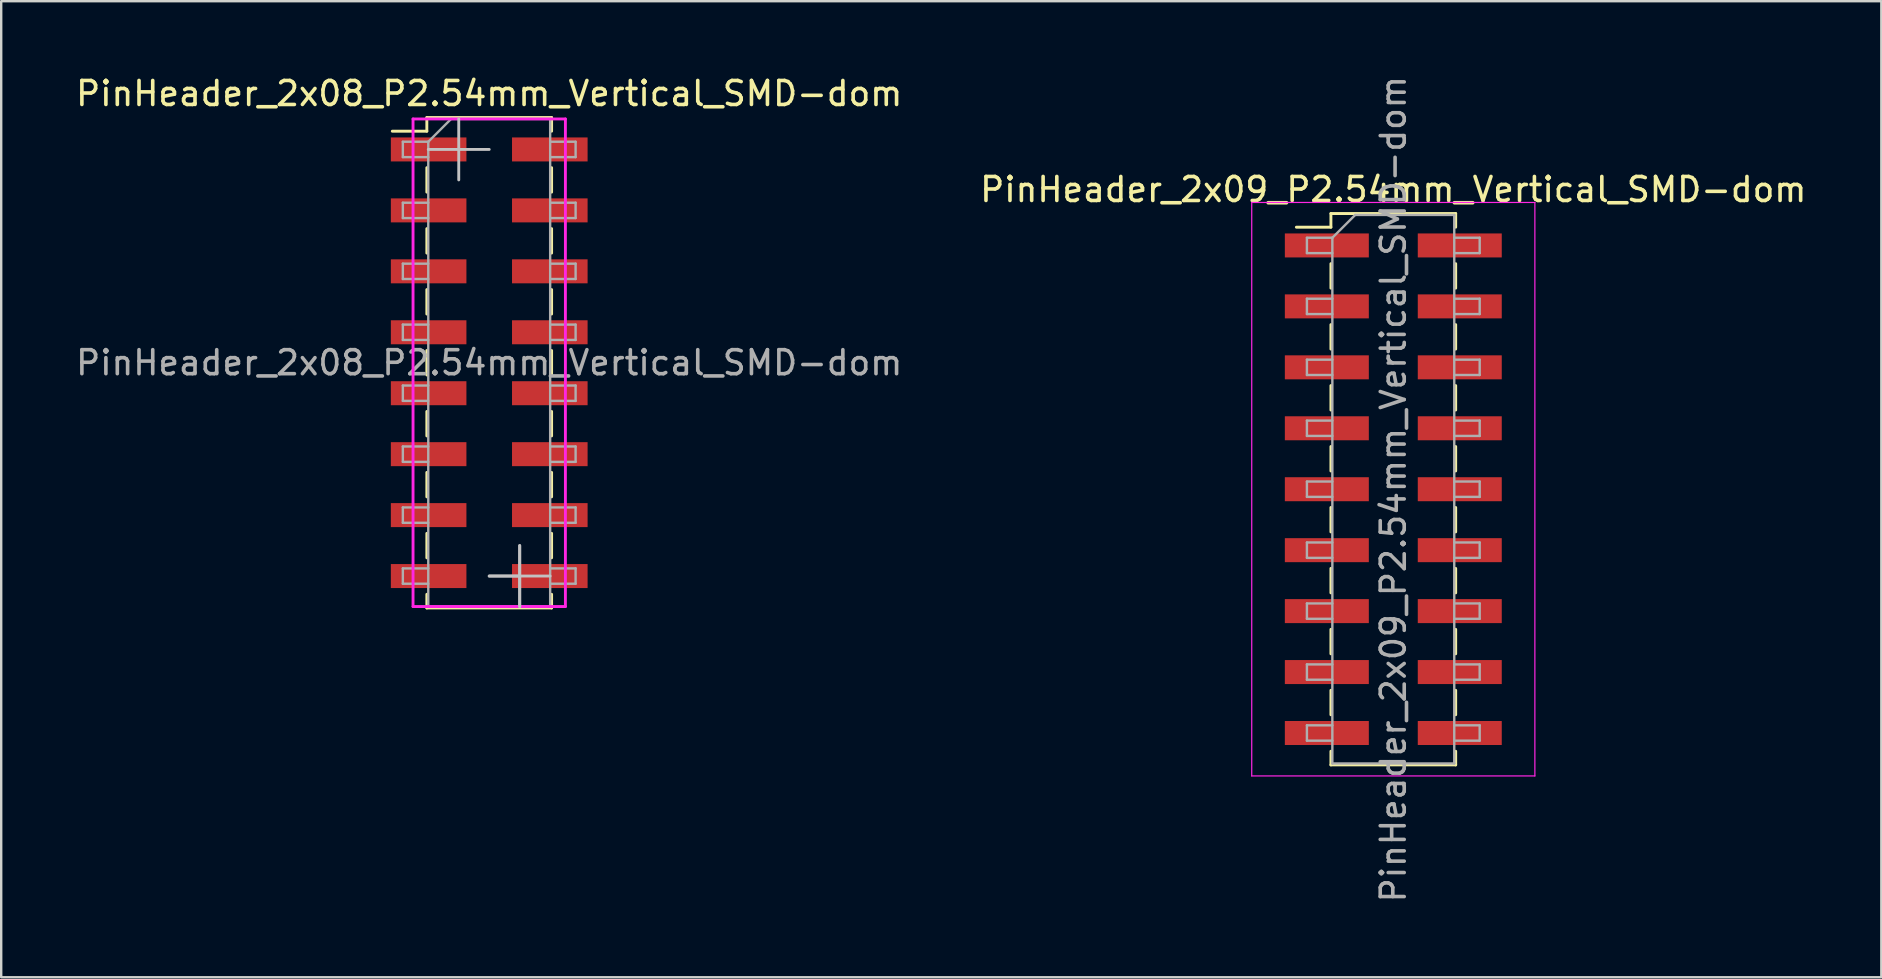
<source format=kicad_pcb>
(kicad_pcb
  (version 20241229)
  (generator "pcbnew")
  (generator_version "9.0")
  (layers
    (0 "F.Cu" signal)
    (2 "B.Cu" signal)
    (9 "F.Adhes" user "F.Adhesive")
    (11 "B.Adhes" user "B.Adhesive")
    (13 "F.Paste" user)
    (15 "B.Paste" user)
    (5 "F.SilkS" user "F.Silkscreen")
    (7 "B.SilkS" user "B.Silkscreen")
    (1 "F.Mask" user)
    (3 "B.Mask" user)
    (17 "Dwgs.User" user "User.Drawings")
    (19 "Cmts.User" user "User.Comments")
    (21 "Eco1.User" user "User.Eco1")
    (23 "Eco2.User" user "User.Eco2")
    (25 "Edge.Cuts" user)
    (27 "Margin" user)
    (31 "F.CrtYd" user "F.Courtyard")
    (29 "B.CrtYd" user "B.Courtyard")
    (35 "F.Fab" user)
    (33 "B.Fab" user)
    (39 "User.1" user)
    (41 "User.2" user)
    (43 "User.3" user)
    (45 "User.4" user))
  (footprint "PinHeader_2x09_P2.54mm_Vertical_SMD-dom"
    (layer "F.Cu")
    (at 55.018 17.339)
    (property "Reference" "PinHeader_2x09_P2.54mm_Vertical_SMD-dom" (at 0 -12.49 0) (layer "F.SilkS") (effects (font (size 1 1) (thickness 0.15))))
    (attr smd)
    (fp_line (start -4.04 -10.92) (end -2.6 -10.92) (stroke (width 0.12) (type solid)) (layer "F.SilkS"))
    (fp_line (start -2.6 -11.49) (end -2.6 -10.92) (stroke (width 0.12) (type solid)) (layer "F.SilkS"))
    (fp_line (start -2.6 -11.49) (end 2.6 -11.49) (stroke (width 0.12) (type solid)) (layer "F.SilkS"))
    (fp_line (start -2.6 -9.4) (end -2.6 -8.38) (stroke (width 0.12) (type solid)) (layer "F.SilkS"))
    (fp_line (start -2.6 -6.86) (end -2.6 -5.84) (stroke (width 0.12) (type solid)) (layer "F.SilkS"))
    (fp_line (start -2.6 -4.32) (end -2.6 -3.3) (stroke (width 0.12) (type solid)) (layer "F.SilkS"))
    (fp_line (start -2.6 -1.78) (end -2.6 -0.76) (stroke (width 0.12) (type solid)) (layer "F.SilkS"))
    (fp_line (start -2.6 0.76) (end -2.6 1.78) (stroke (width 0.12) (type solid)) (layer "F.SilkS"))
    (fp_line (start -2.6 3.3) (end -2.6 4.32) (stroke (width 0.12) (type solid)) (layer "F.SilkS"))
    (fp_line (start -2.6 5.84) (end -2.6 6.86) (stroke (width 0.12) (type solid)) (layer "F.SilkS"))
    (fp_line (start -2.6 8.38) (end -2.6 9.4) (stroke (width 0.12) (type solid)) (layer "F.SilkS"))
    (fp_line (start -2.6 10.92) (end -2.6 11.49) (stroke (width 0.12) (type solid)) (layer "F.SilkS"))
    (fp_line (start -2.6 11.49) (end 2.6 11.49) (stroke (width 0.12) (type solid)) (layer "F.SilkS"))
    (fp_line (start 2.6 -11.49) (end 2.6 -10.92) (stroke (width 0.12) (type solid)) (layer "F.SilkS"))
    (fp_line (start 2.6 -9.4) (end 2.6 -8.38) (stroke (width 0.12) (type solid)) (layer "F.SilkS"))
    (fp_line (start 2.6 -6.86) (end 2.6 -5.84) (stroke (width 0.12) (type solid)) (layer "F.SilkS"))
    (fp_line (start 2.6 -4.32) (end 2.6 -3.3) (stroke (width 0.12) (type solid)) (layer "F.SilkS"))
    (fp_line (start 2.6 -1.78) (end 2.6 -0.76) (stroke (width 0.12) (type solid)) (layer "F.SilkS"))
    (fp_line (start 2.6 0.76) (end 2.6 1.78) (stroke (width 0.12) (type solid)) (layer "F.SilkS"))
    (fp_line (start 2.6 3.3) (end 2.6 4.32) (stroke (width 0.12) (type solid)) (layer "F.SilkS"))
    (fp_line (start 2.6 5.84) (end 2.6 6.86) (stroke (width 0.12) (type solid)) (layer "F.SilkS"))
    (fp_line (start 2.6 8.38) (end 2.6 9.4) (stroke (width 0.12) (type solid)) (layer "F.SilkS"))
    (fp_line (start 2.6 10.92) (end 2.6 11.49) (stroke (width 0.12) (type solid)) (layer "F.SilkS"))
    (fp_line (start -5.9 -11.95) (end -5.9 11.95) (stroke (width 0.05) (type solid)) (layer "F.CrtYd"))
    (fp_line (start -5.9 11.95) (end 5.9 11.95) (stroke (width 0.05) (type solid)) (layer "F.CrtYd"))
    (fp_line (start 5.9 -11.95) (end -5.9 -11.95) (stroke (width 0.05) (type solid)) (layer "F.CrtYd"))
    (fp_line (start 5.9 11.95) (end 5.9 -11.95) (stroke (width 0.05) (type solid)) (layer "F.CrtYd"))
    (fp_line (start -3.6 -10.48) (end -3.6 -9.84) (stroke (width 0.1) (type solid)) (layer "F.Fab"))
    (fp_line (start -3.6 -9.84) (end -2.54 -9.84) (stroke (width 0.1) (type solid)) (layer "F.Fab"))
    (fp_line (start -3.6 -7.94) (end -3.6 -7.3) (stroke (width 0.1) (type solid)) (layer "F.Fab"))
    (fp_line (start -3.6 -7.3) (end -2.54 -7.3) (stroke (width 0.1) (type solid)) (layer "F.Fab"))
    (fp_line (start -3.6 -5.4) (end -3.6 -4.76) (stroke (width 0.1) (type solid)) (layer "F.Fab"))
    (fp_line (start -3.6 -4.76) (end -2.54 -4.76) (stroke (width 0.1) (type solid)) (layer "F.Fab"))
    (fp_line (start -3.6 -2.86) (end -3.6 -2.22) (stroke (width 0.1) (type solid)) (layer "F.Fab"))
    (fp_line (start -3.6 -2.22) (end -2.54 -2.22) (stroke (width 0.1) (type solid)) (layer "F.Fab"))
    (fp_line (start -3.6 -0.32) (end -3.6 0.32) (stroke (width 0.1) (type solid)) (layer "F.Fab"))
    (fp_line (start -3.6 0.32) (end -2.54 0.32) (stroke (width 0.1) (type solid)) (layer "F.Fab"))
    (fp_line (start -3.6 2.22) (end -3.6 2.86) (stroke (width 0.1) (type solid)) (layer "F.Fab"))
    (fp_line (start -3.6 2.86) (end -2.54 2.86) (stroke (width 0.1) (type solid)) (layer "F.Fab"))
    (fp_line (start -3.6 4.76) (end -3.6 5.4) (stroke (width 0.1) (type solid)) (layer "F.Fab"))
    (fp_line (start -3.6 5.4) (end -2.54 5.4) (stroke (width 0.1) (type solid)) (layer "F.Fab"))
    (fp_line (start -3.6 7.3) (end -3.6 7.94) (stroke (width 0.1) (type solid)) (layer "F.Fab"))
    (fp_line (start -3.6 7.94) (end -2.54 7.94) (stroke (width 0.1) (type solid)) (layer "F.Fab"))
    (fp_line (start -3.6 9.84) (end -3.6 10.48) (stroke (width 0.1) (type solid)) (layer "F.Fab"))
    (fp_line (start -3.6 10.48) (end -2.54 10.48) (stroke (width 0.1) (type solid)) (layer "F.Fab"))
    (fp_line (start -2.54 -10.48) (end -3.6 -10.48) (stroke (width 0.1) (type solid)) (layer "F.Fab"))
    (fp_line (start -2.54 -10.48) (end -1.59 -11.43) (stroke (width 0.1) (type solid)) (layer "F.Fab"))
    (fp_line (start -2.54 -7.94) (end -3.6 -7.94) (stroke (width 0.1) (type solid)) (layer "F.Fab"))
    (fp_line (start -2.54 -5.4) (end -3.6 -5.4) (stroke (width 0.1) (type solid)) (layer "F.Fab"))
    (fp_line (start -2.54 -2.86) (end -3.6 -2.86) (stroke (width 0.1) (type solid)) (layer "F.Fab"))
    (fp_line (start -2.54 -0.32) (end -3.6 -0.32) (stroke (width 0.1) (type solid)) (layer "F.Fab"))
    (fp_line (start -2.54 2.22) (end -3.6 2.22) (stroke (width 0.1) (type solid)) (layer "F.Fab"))
    (fp_line (start -2.54 4.76) (end -3.6 4.76) (stroke (width 0.1) (type solid)) (layer "F.Fab"))
    (fp_line (start -2.54 7.3) (end -3.6 7.3) (stroke (width 0.1) (type solid)) (layer "F.Fab"))
    (fp_line (start -2.54 9.84) (end -3.6 9.84) (stroke (width 0.1) (type solid)) (layer "F.Fab"))
    (fp_line (start -2.54 11.43) (end -2.54 -10.48) (stroke (width 0.1) (type solid)) (layer "F.Fab"))
    (fp_line (start -1.59 -11.43) (end 2.54 -11.43) (stroke (width 0.1) (type solid)) (layer "F.Fab"))
    (fp_line (start 2.54 -11.43) (end 2.54 11.43) (stroke (width 0.1) (type solid)) (layer "F.Fab"))
    (fp_line (start 2.54 -10.48) (end 3.6 -10.48) (stroke (width 0.1) (type solid)) (layer "F.Fab"))
    (fp_line (start 2.54 -7.94) (end 3.6 -7.94) (stroke (width 0.1) (type solid)) (layer "F.Fab"))
    (fp_line (start 2.54 -5.4) (end 3.6 -5.4) (stroke (width 0.1) (type solid)) (layer "F.Fab"))
    (fp_line (start 2.54 -2.86) (end 3.6 -2.86) (stroke (width 0.1) (type solid)) (layer "F.Fab"))
    (fp_line (start 2.54 -0.32) (end 3.6 -0.32) (stroke (width 0.1) (type solid)) (layer "F.Fab"))
    (fp_line (start 2.54 2.22) (end 3.6 2.22) (stroke (width 0.1) (type solid)) (layer "F.Fab"))
    (fp_line (start 2.54 4.76) (end 3.6 4.76) (stroke (width 0.1) (type solid)) (layer "F.Fab"))
    (fp_line (start 2.54 7.3) (end 3.6 7.3) (stroke (width 0.1) (type solid)) (layer "F.Fab"))
    (fp_line (start 2.54 9.84) (end 3.6 9.84) (stroke (width 0.1) (type solid)) (layer "F.Fab"))
    (fp_line (start 2.54 11.43) (end -2.54 11.43) (stroke (width 0.1) (type solid)) (layer "F.Fab"))
    (fp_line (start 3.6 -10.48) (end 3.6 -9.84) (stroke (width 0.1) (type solid)) (layer "F.Fab"))
    (fp_line (start 3.6 -9.84) (end 2.54 -9.84) (stroke (width 0.1) (type solid)) (layer "F.Fab"))
    (fp_line (start 3.6 -7.94) (end 3.6 -7.3) (stroke (width 0.1) (type solid)) (layer "F.Fab"))
    (fp_line (start 3.6 -7.3) (end 2.54 -7.3) (stroke (width 0.1) (type solid)) (layer "F.Fab"))
    (fp_line (start 3.6 -5.4) (end 3.6 -4.76) (stroke (width 0.1) (type solid)) (layer "F.Fab"))
    (fp_line (start 3.6 -4.76) (end 2.54 -4.76) (stroke (width 0.1) (type solid)) (layer "F.Fab"))
    (fp_line (start 3.6 -2.86) (end 3.6 -2.22) (stroke (width 0.1) (type solid)) (layer "F.Fab"))
    (fp_line (start 3.6 -2.22) (end 2.54 -2.22) (stroke (width 0.1) (type solid)) (layer "F.Fab"))
    (fp_line (start 3.6 -0.32) (end 3.6 0.32) (stroke (width 0.1) (type solid)) (layer "F.Fab"))
    (fp_line (start 3.6 0.32) (end 2.54 0.32) (stroke (width 0.1) (type solid)) (layer "F.Fab"))
    (fp_line (start 3.6 2.22) (end 3.6 2.86) (stroke (width 0.1) (type solid)) (layer "F.Fab"))
    (fp_line (start 3.6 2.86) (end 2.54 2.86) (stroke (width 0.1) (type solid)) (layer "F.Fab"))
    (fp_line (start 3.6 4.76) (end 3.6 5.4) (stroke (width 0.1) (type solid)) (layer "F.Fab"))
    (fp_line (start 3.6 5.4) (end 2.54 5.4) (stroke (width 0.1) (type solid)) (layer "F.Fab"))
    (fp_line (start 3.6 7.3) (end 3.6 7.94) (stroke (width 0.1) (type solid)) (layer "F.Fab"))
    (fp_line (start 3.6 7.94) (end 2.54 7.94) (stroke (width 0.1) (type solid)) (layer "F.Fab"))
    (fp_line (start 3.6 9.84) (end 3.6 10.48) (stroke (width 0.1) (type solid)) (layer "F.Fab"))
    (fp_line (start 3.6 10.48) (end 2.54 10.48) (stroke (width 0.1) (type solid)) (layer "F.Fab"))
    (fp_text user "${REFERENCE}" (at 0 0 90) (layer "F.Fab") (effects (font (size 1 1) (thickness 0.15))))
    (pad "1" smd rect (at -2.77 -10.16) (size 3.5 1) (layers "F.Cu" "F.Mask" "F.Paste"))
    (pad "2" smd rect (at 2.77 -10.16) (size 3.5 1) (layers "F.Cu" "F.Mask" "F.Paste"))
    (pad "3" smd rect (at -2.77 -7.62) (size 3.5 1) (layers "F.Cu" "F.Mask" "F.Paste"))
    (pad "4" smd rect (at 2.77 -7.62) (size 3.5 1) (layers "F.Cu" "F.Mask" "F.Paste"))
    (pad "5" smd rect (at -2.77 -5.08) (size 3.5 1) (layers "F.Cu" "F.Mask" "F.Paste"))
    (pad "6" smd rect (at 2.77 -5.08) (size 3.5 1) (layers "F.Cu" "F.Mask" "F.Paste"))
    (pad "7" smd rect (at -2.77 -2.54) (size 3.5 1) (layers "F.Cu" "F.Mask" "F.Paste"))
    (pad "8" smd rect (at 2.77 -2.54) (size 3.5 1) (layers "F.Cu" "F.Mask" "F.Paste"))
    (pad "9" smd rect (at -2.77 0) (size 3.5 1) (layers "F.Cu" "F.Mask" "F.Paste"))
    (pad "10" smd rect (at 2.77 0) (size 3.5 1) (layers "F.Cu" "F.Mask" "F.Paste"))
    (pad "11" smd rect (at -2.77 2.54) (size 3.5 1) (layers "F.Cu" "F.Mask" "F.Paste"))
    (pad "12" smd rect (at 2.77 2.54) (size 3.5 1) (layers "F.Cu" "F.Mask" "F.Paste"))
    (pad "13" smd rect (at -2.77 5.08) (size 3.5 1) (layers "F.Cu" "F.Mask" "F.Paste"))
    (pad "14" smd rect (at 2.77 5.08) (size 3.5 1) (layers "F.Cu" "F.Mask" "F.Paste"))
    (pad "15" smd rect (at -2.77 7.62) (size 3.5 1) (layers "F.Cu" "F.Mask" "F.Paste"))
    (pad "16" smd rect (at 2.77 7.62) (size 3.5 1) (layers "F.Cu" "F.Mask" "F.Paste"))
    (pad "17" smd rect (at -2.77 10.16) (size 3.5 1) (layers "F.Cu" "F.Mask" "F.Paste"))
    (pad "18" smd rect (at 2.77 10.16) (size 3.5 1) (layers "F.Cu" "F.Mask" "F.Paste")))
  (footprint "PinHeader_2x08_P2.54mm_Vertical_SMD-dom"
    (layer "F.Cu")
    (at 17.339 12.068)
    (property "Reference" "PinHeader_2x08_P2.54mm_Vertical_SMD-dom" (at 0 -11.22 0) (layer "F.SilkS") (effects (font (size 1 1) (thickness 0.15))))
    (attr smd)
    (fp_line (start -4.04 -9.65) (end -2.6 -9.65) (stroke (width 0.12) (type solid)) (layer "F.SilkS"))
    (fp_line (start -2.6 -10.22) (end -2.6 -9.65) (stroke (width 0.12) (type solid)) (layer "F.SilkS"))
    (fp_line (start -2.6 -10.22) (end 2.6 -10.22) (stroke (width 0.12) (type solid)) (layer "F.SilkS"))
    (fp_line (start -2.6 -8.13) (end -2.6 -7.11) (stroke (width 0.12) (type solid)) (layer "F.SilkS"))
    (fp_line (start -2.6 -5.59) (end -2.6 -4.57) (stroke (width 0.12) (type solid)) (layer "F.SilkS"))
    (fp_line (start -2.6 -3.05) (end -2.6 -2.03) (stroke (width 0.12) (type solid)) (layer "F.SilkS"))
    (fp_line (start -2.6 -0.51) (end -2.6 0.51) (stroke (width 0.12) (type solid)) (layer "F.SilkS"))
    (fp_line (start -2.6 2.03) (end -2.6 3.05) (stroke (width 0.12) (type solid)) (layer "F.SilkS"))
    (fp_line (start -2.6 4.57) (end -2.6 5.59) (stroke (width 0.12) (type solid)) (layer "F.SilkS"))
    (fp_line (start -2.6 7.11) (end -2.6 8.13) (stroke (width 0.12) (type solid)) (layer "F.SilkS"))
    (fp_line (start -2.6 9.65) (end -2.6 10.22) (stroke (width 0.12) (type solid)) (layer "F.SilkS"))
    (fp_line (start -2.6 10.22) (end 2.6 10.22) (stroke (width 0.12) (type solid)) (layer "F.SilkS"))
    (fp_line (start 2.6 -10.22) (end 2.6 -9.65) (stroke (width 0.12) (type solid)) (layer "F.SilkS"))
    (fp_line (start 2.6 -8.13) (end 2.6 -7.11) (stroke (width 0.12) (type solid)) (layer "F.SilkS"))
    (fp_line (start 2.6 -5.59) (end 2.6 -4.57) (stroke (width 0.12) (type solid)) (layer "F.SilkS"))
    (fp_line (start 2.6 -3.05) (end 2.6 -2.03) (stroke (width 0.12) (type solid)) (layer "F.SilkS"))
    (fp_line (start 2.6 -0.51) (end 2.6 0.51) (stroke (width 0.12) (type solid)) (layer "F.SilkS"))
    (fp_line (start 2.6 2.03) (end 2.6 3.05) (stroke (width 0.12) (type solid)) (layer "F.SilkS"))
    (fp_line (start 2.6 4.57) (end 2.6 5.59) (stroke (width 0.12) (type solid)) (layer "F.SilkS"))
    (fp_line (start 2.6 7.11) (end 2.6 8.13) (stroke (width 0.12) (type solid)) (layer "F.SilkS"))
    (fp_line (start 2.6 9.65) (end 2.6 10.22) (stroke (width 0.12) (type solid)) (layer "F.SilkS"))
    (fp_line (start -1.27 -10.16) (end -1.27 -7.62) (stroke (width 0.12) (type solid)) (layer "Dwgs.User"))
    (fp_line (start 0 -8.89) (end -2.54 -8.89) (stroke (width 0.12) (type solid)) (layer "Dwgs.User"))
    (fp_line (start 0 8.89) (end 2.54 8.89) (stroke (width 0.12) (type solid)) (layer "Dwgs.User"))
    (fp_line (start 1.27 7.62) (end 1.27 10.16) (stroke (width 0.12) (type solid)) (layer "Dwgs.User"))
    (fp_line (start 1.27 8.89) (end 0 8.89) (stroke (width 0.12) (type solid)) (layer "Dwgs.User"))
    (fp_line (start 1.27 8.89) (end 1.27 7.62) (stroke (width 0.12) (type solid)) (layer "Dwgs.User"))
    (fp_line (start 1.27 10.16) (end 1.27 8.89) (stroke (width 0.12) (type solid)) (layer "Dwgs.User"))
    (fp_line (start -3.175 -10.16) (end -3.175 10.16) (stroke (width 0.12) (type solid)) (layer "F.CrtYd"))
    (fp_line (start -3.175 10.16) (end -2.54 10.16) (stroke (width 0.12) (type solid)) (layer "F.CrtYd"))
    (fp_line (start -2.54 10.16) (end 3.175 10.16) (stroke (width 0.12) (type solid)) (layer "F.CrtYd"))
    (fp_line (start 3.175 -10.16) (end -3.175 -10.16) (stroke (width 0.12) (type solid)) (layer "F.CrtYd"))
    (fp_line (start 3.175 10.16) (end 3.175 -10.16) (stroke (width 0.12) (type solid)) (layer "F.CrtYd"))
    (fp_line (start -3.6 -9.21) (end -3.6 -8.57) (stroke (width 0.1) (type solid)) (layer "F.Fab"))
    (fp_line (start -3.6 -8.57) (end -2.54 -8.57) (stroke (width 0.1) (type solid)) (layer "F.Fab"))
    (fp_line (start -3.6 -6.67) (end -3.6 -6.03) (stroke (width 0.1) (type solid)) (layer "F.Fab"))
    (fp_line (start -3.6 -6.03) (end -2.54 -6.03) (stroke (width 0.1) (type solid)) (layer "F.Fab"))
    (fp_line (start -3.6 -4.13) (end -3.6 -3.49) (stroke (width 0.1) (type solid)) (layer "F.Fab"))
    (fp_line (start -3.6 -3.49) (end -2.54 -3.49) (stroke (width 0.1) (type solid)) (layer "F.Fab"))
    (fp_line (start -3.6 -1.59) (end -3.6 -0.95) (stroke (width 0.1) (type solid)) (layer "F.Fab"))
    (fp_line (start -3.6 -0.95) (end -2.54 -0.95) (stroke (width 0.1) (type solid)) (layer "F.Fab"))
    (fp_line (start -3.6 0.95) (end -3.6 1.59) (stroke (width 0.1) (type solid)) (layer "F.Fab"))
    (fp_line (start -3.6 1.59) (end -2.54 1.59) (stroke (width 0.1) (type solid)) (layer "F.Fab"))
    (fp_line (start -3.6 3.49) (end -3.6 4.13) (stroke (width 0.1) (type solid)) (layer "F.Fab"))
    (fp_line (start -3.6 4.13) (end -2.54 4.13) (stroke (width 0.1) (type solid)) (layer "F.Fab"))
    (fp_line (start -3.6 6.03) (end -3.6 6.67) (stroke (width 0.1) (type solid)) (layer "F.Fab"))
    (fp_line (start -3.6 6.67) (end -2.54 6.67) (stroke (width 0.1) (type solid)) (layer "F.Fab"))
    (fp_line (start -3.6 8.57) (end -3.6 9.21) (stroke (width 0.1) (type solid)) (layer "F.Fab"))
    (fp_line (start -3.6 9.21) (end -2.54 9.21) (stroke (width 0.1) (type solid)) (layer "F.Fab"))
    (fp_line (start -2.54 -9.21) (end -3.6 -9.21) (stroke (width 0.1) (type solid)) (layer "F.Fab"))
    (fp_line (start -2.54 -9.21) (end -1.59 -10.16) (stroke (width 0.1) (type solid)) (layer "F.Fab"))
    (fp_line (start -2.54 -6.67) (end -3.6 -6.67) (stroke (width 0.1) (type solid)) (layer "F.Fab"))
    (fp_line (start -2.54 -4.13) (end -3.6 -4.13) (stroke (width 0.1) (type solid)) (layer "F.Fab"))
    (fp_line (start -2.54 -1.59) (end -3.6 -1.59) (stroke (width 0.1) (type solid)) (layer "F.Fab"))
    (fp_line (start -2.54 0.95) (end -3.6 0.95) (stroke (width 0.1) (type solid)) (layer "F.Fab"))
    (fp_line (start -2.54 3.49) (end -3.6 3.49) (stroke (width 0.1) (type solid)) (layer "F.Fab"))
    (fp_line (start -2.54 6.03) (end -3.6 6.03) (stroke (width 0.1) (type solid)) (layer "F.Fab"))
    (fp_line (start -2.54 8.57) (end -3.6 8.57) (stroke (width 0.1) (type solid)) (layer "F.Fab"))
    (fp_line (start -2.54 10.16) (end -2.54 -9.21) (stroke (width 0.1) (type solid)) (layer "F.Fab"))
    (fp_line (start -1.59 -10.16) (end 2.54 -10.16) (stroke (width 0.1) (type solid)) (layer "F.Fab"))
    (fp_line (start 2.54 -10.16) (end 2.54 10.16) (stroke (width 0.1) (type solid)) (layer "F.Fab"))
    (fp_line (start 2.54 -9.21) (end 3.6 -9.21) (stroke (width 0.1) (type solid)) (layer "F.Fab"))
    (fp_line (start 2.54 -6.67) (end 3.6 -6.67) (stroke (width 0.1) (type solid)) (layer "F.Fab"))
    (fp_line (start 2.54 -4.13) (end 3.6 -4.13) (stroke (width 0.1) (type solid)) (layer "F.Fab"))
    (fp_line (start 2.54 -1.59) (end 3.6 -1.59) (stroke (width 0.1) (type solid)) (layer "F.Fab"))
    (fp_line (start 2.54 0.95) (end 3.6 0.95) (stroke (width 0.1) (type solid)) (layer "F.Fab"))
    (fp_line (start 2.54 3.49) (end 3.6 3.49) (stroke (width 0.1) (type solid)) (layer "F.Fab"))
    (fp_line (start 2.54 6.03) (end 3.6 6.03) (stroke (width 0.1) (type solid)) (layer "F.Fab"))
    (fp_line (start 2.54 8.57) (end 3.6 8.57) (stroke (width 0.1) (type solid)) (layer "F.Fab"))
    (fp_line (start 2.54 10.16) (end -2.54 10.16) (stroke (width 0.1) (type solid)) (layer "F.Fab"))
    (fp_line (start 3.6 -9.21) (end 3.6 -8.57) (stroke (width 0.1) (type solid)) (layer "F.Fab"))
    (fp_line (start 3.6 -8.57) (end 2.54 -8.57) (stroke (width 0.1) (type solid)) (layer "F.Fab"))
    (fp_line (start 3.6 -6.67) (end 3.6 -6.03) (stroke (width 0.1) (type solid)) (layer "F.Fab"))
    (fp_line (start 3.6 -6.03) (end 2.54 -6.03) (stroke (width 0.1) (type solid)) (layer "F.Fab"))
    (fp_line (start 3.6 -4.13) (end 3.6 -3.49) (stroke (width 0.1) (type solid)) (layer "F.Fab"))
    (fp_line (start 3.6 -3.49) (end 2.54 -3.49) (stroke (width 0.1) (type solid)) (layer "F.Fab"))
    (fp_line (start 3.6 -1.59) (end 3.6 -0.95) (stroke (width 0.1) (type solid)) (layer "F.Fab"))
    (fp_line (start 3.6 -0.95) (end 2.54 -0.95) (stroke (width 0.1) (type solid)) (layer "F.Fab"))
    (fp_line (start 3.6 0.95) (end 3.6 1.59) (stroke (width 0.1) (type solid)) (layer "F.Fab"))
    (fp_line (start 3.6 1.59) (end 2.54 1.59) (stroke (width 0.1) (type solid)) (layer "F.Fab"))
    (fp_line (start 3.6 3.49) (end 3.6 4.13) (stroke (width 0.1) (type solid)) (layer "F.Fab"))
    (fp_line (start 3.6 4.13) (end 2.54 4.13) (stroke (width 0.1) (type solid)) (layer "F.Fab"))
    (fp_line (start 3.6 6.03) (end 3.6 6.67) (stroke (width 0.1) (type solid)) (layer "F.Fab"))
    (fp_line (start 3.6 6.67) (end 2.54 6.67) (stroke (width 0.1) (type solid)) (layer "F.Fab"))
    (fp_line (start 3.6 8.57) (end 3.6 9.21) (stroke (width 0.1) (type solid)) (layer "F.Fab"))
    (fp_line (start 3.6 9.21) (end 2.54 9.21) (stroke (width 0.1) (type solid)) (layer "F.Fab"))
    (fp_text user "${REFERENCE}" (at 0 0 180) (layer "F.Fab") (effects (font (size 1 1) (thickness 0.15))))
    (pad "1" smd rect (at -2.525 -8.89) (size 3.15 1) (layers "F.Cu" "F.Mask" "F.Paste"))
    (pad "2" smd rect (at 2.525 -8.89) (size 3.15 1) (layers "F.Cu" "F.Mask" "F.Paste"))
    (pad "3" smd rect (at -2.525 -6.35) (size 3.15 1) (layers "F.Cu" "F.Mask" "F.Paste"))
    (pad "4" smd rect (at 2.525 -6.35) (size 3.15 1) (layers "F.Cu" "F.Mask" "F.Paste"))
    (pad "5" smd rect (at -2.525 -3.81) (size 3.15 1) (layers "F.Cu" "F.Mask" "F.Paste"))
    (pad "6" smd rect (at 2.525 -3.81) (size 3.15 1) (layers "F.Cu" "F.Mask" "F.Paste"))
    (pad "7" smd rect (at -2.525 -1.27) (size 3.15 1) (layers "F.Cu" "F.Mask" "F.Paste"))
    (pad "8" smd rect (at 2.525 -1.27) (size 3.15 1) (layers "F.Cu" "F.Mask" "F.Paste"))
    (pad "9" smd rect (at -2.525 1.27) (size 3.15 1) (layers "F.Cu" "F.Mask" "F.Paste"))
    (pad "10" smd rect (at 2.525 1.27) (size 3.15 1) (layers "F.Cu" "F.Mask" "F.Paste"))
    (pad "11" smd rect (at -2.525 3.81) (size 3.15 1) (layers "F.Cu" "F.Mask" "F.Paste"))
    (pad "12" smd rect (at 2.525 3.81) (size 3.15 1) (layers "F.Cu" "F.Mask" "F.Paste"))
    (pad "13" smd rect (at -2.525 6.35) (size 3.15 1) (layers "F.Cu" "F.Mask" "F.Paste"))
    (pad "14" smd rect (at 2.525 6.35) (size 3.15 1) (layers "F.Cu" "F.Mask" "F.Paste"))
    (pad "15" smd rect (at -2.525 8.89) (size 3.15 1) (layers "F.Cu" "F.Mask" "F.Paste"))
    (pad "16" smd rect (at 2.525 8.89) (size 3.15 1) (layers "F.Cu" "F.Mask" "F.Paste")))
  (gr_rect
    (start -3 -3)
    (end 75.357 37.679)
    (stroke (width 0.1) (type default))
    (fill no)
    (layer "Edge.Cuts")))
</source>
